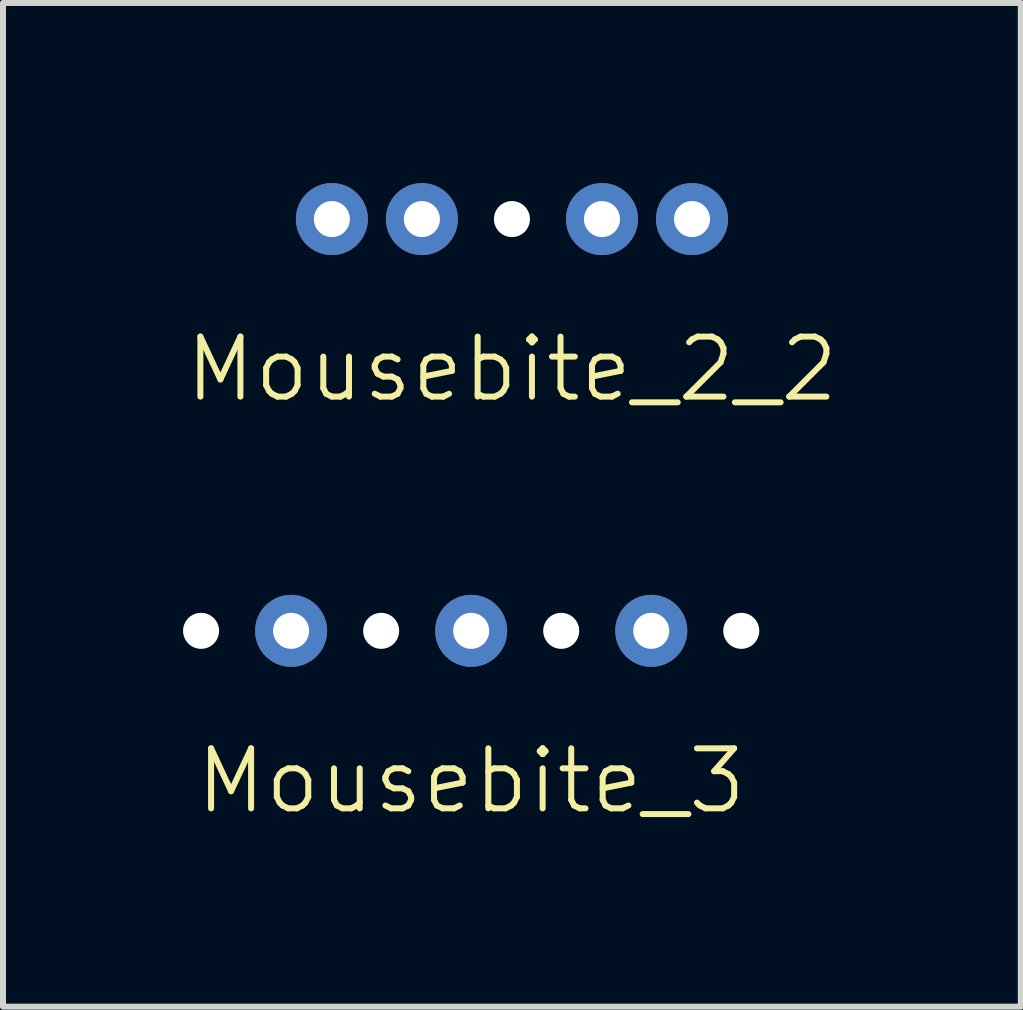
<source format=kicad_pcb>
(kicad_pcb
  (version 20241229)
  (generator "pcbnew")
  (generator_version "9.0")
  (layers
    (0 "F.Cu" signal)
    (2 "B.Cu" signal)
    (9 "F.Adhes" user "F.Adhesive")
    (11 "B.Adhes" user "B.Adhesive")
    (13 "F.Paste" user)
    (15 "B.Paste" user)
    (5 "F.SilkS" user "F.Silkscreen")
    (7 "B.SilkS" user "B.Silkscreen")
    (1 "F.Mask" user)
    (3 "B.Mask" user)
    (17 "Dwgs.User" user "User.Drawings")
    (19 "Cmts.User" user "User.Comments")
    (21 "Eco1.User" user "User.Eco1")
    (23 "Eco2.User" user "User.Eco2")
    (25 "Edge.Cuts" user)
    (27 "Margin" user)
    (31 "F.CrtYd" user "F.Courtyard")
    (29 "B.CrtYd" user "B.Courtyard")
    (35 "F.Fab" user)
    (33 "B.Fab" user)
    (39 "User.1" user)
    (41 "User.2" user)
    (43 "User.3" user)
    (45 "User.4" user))
  (footprint "Mousebite_3"
    (layer "F.Cu")
    (at 4.8 7.46)
    (property "Reference" "Mousebite_3" (at 0 2.5 0) (unlocked yes) (layer "F.SilkS") (effects (font (size 1 1) (thickness 0.1))))
    (attr through_hole exclude_from_pos_files exclude_from_bom allow_missing_courtyard)
    (pad "" np_thru_hole circle (at -4.5 0) (size 0.6 0.6) (drill 0.6) (layers "*.Cu" "*.Mask"))
    (pad "" np_thru_hole circle (at -1.5 0) (size 0.6 0.6) (drill 0.6) (layers "*.Cu" "*.Mask"))
    (pad "" np_thru_hole circle (at 1.5 0) (size 0.6 0.6) (drill 0.6) (layers "*.Cu" "*.Mask"))
    (pad "" np_thru_hole circle (at 4.5 0) (size 0.6 0.6) (drill 0.6) (layers "*.Cu" "*.Mask"))
    (pad "1" thru_hole circle (at -3 0) (size 1.2 1.2) (drill 0.6) (layers "*.Cu" "*.Mask"))
    (pad "2" thru_hole circle (at 0 0) (size 1.2 1.2) (drill 0.6) (layers "*.Cu" "*.Mask"))
    (pad "3" thru_hole circle (at 3 0) (size 1.2 1.2) (drill 0.6) (layers "*.Cu" "*.Mask")))
  (footprint "Mousebite_2_2"
    (layer "F.Cu")
    (at 5.479 0.6)
    (property "Reference" "Mousebite_2_2" (at 0 2.5 0) (unlocked yes) (layer "F.SilkS") (effects (font (size 1 1) (thickness 0.1))))
    (attr through_hole exclude_from_pos_files exclude_from_bom allow_missing_courtyard)
    (pad "" np_thru_hole circle (at 0 0) (size 0.6 0.6) (drill 0.6) (layers "*.Cu" "*.Mask"))
    (pad "1" thru_hole circle (at -3 0) (size 1.2 1.2) (drill 0.6) (layers "*.Cu" "*.Mask"))
    (pad "1" thru_hole circle (at -1.5 0) (size 1.2 1.2) (drill 0.6) (layers "*.Cu" "*.Mask"))
    (pad "2" thru_hole circle (at 1.5 0) (size 1.2 1.2) (drill 0.6) (layers "*.Cu" "*.Mask"))
    (pad "2" thru_hole circle (at 3 0) (size 1.2 1.2) (drill 0.6) (layers "*.Cu" "*.Mask")))
  (gr_rect
    (start -3 -3)
    (end 13.957 13.721)
    (stroke (width 0.1) (type default))
    (fill no)
    (layer "Edge.Cuts")))
</source>
